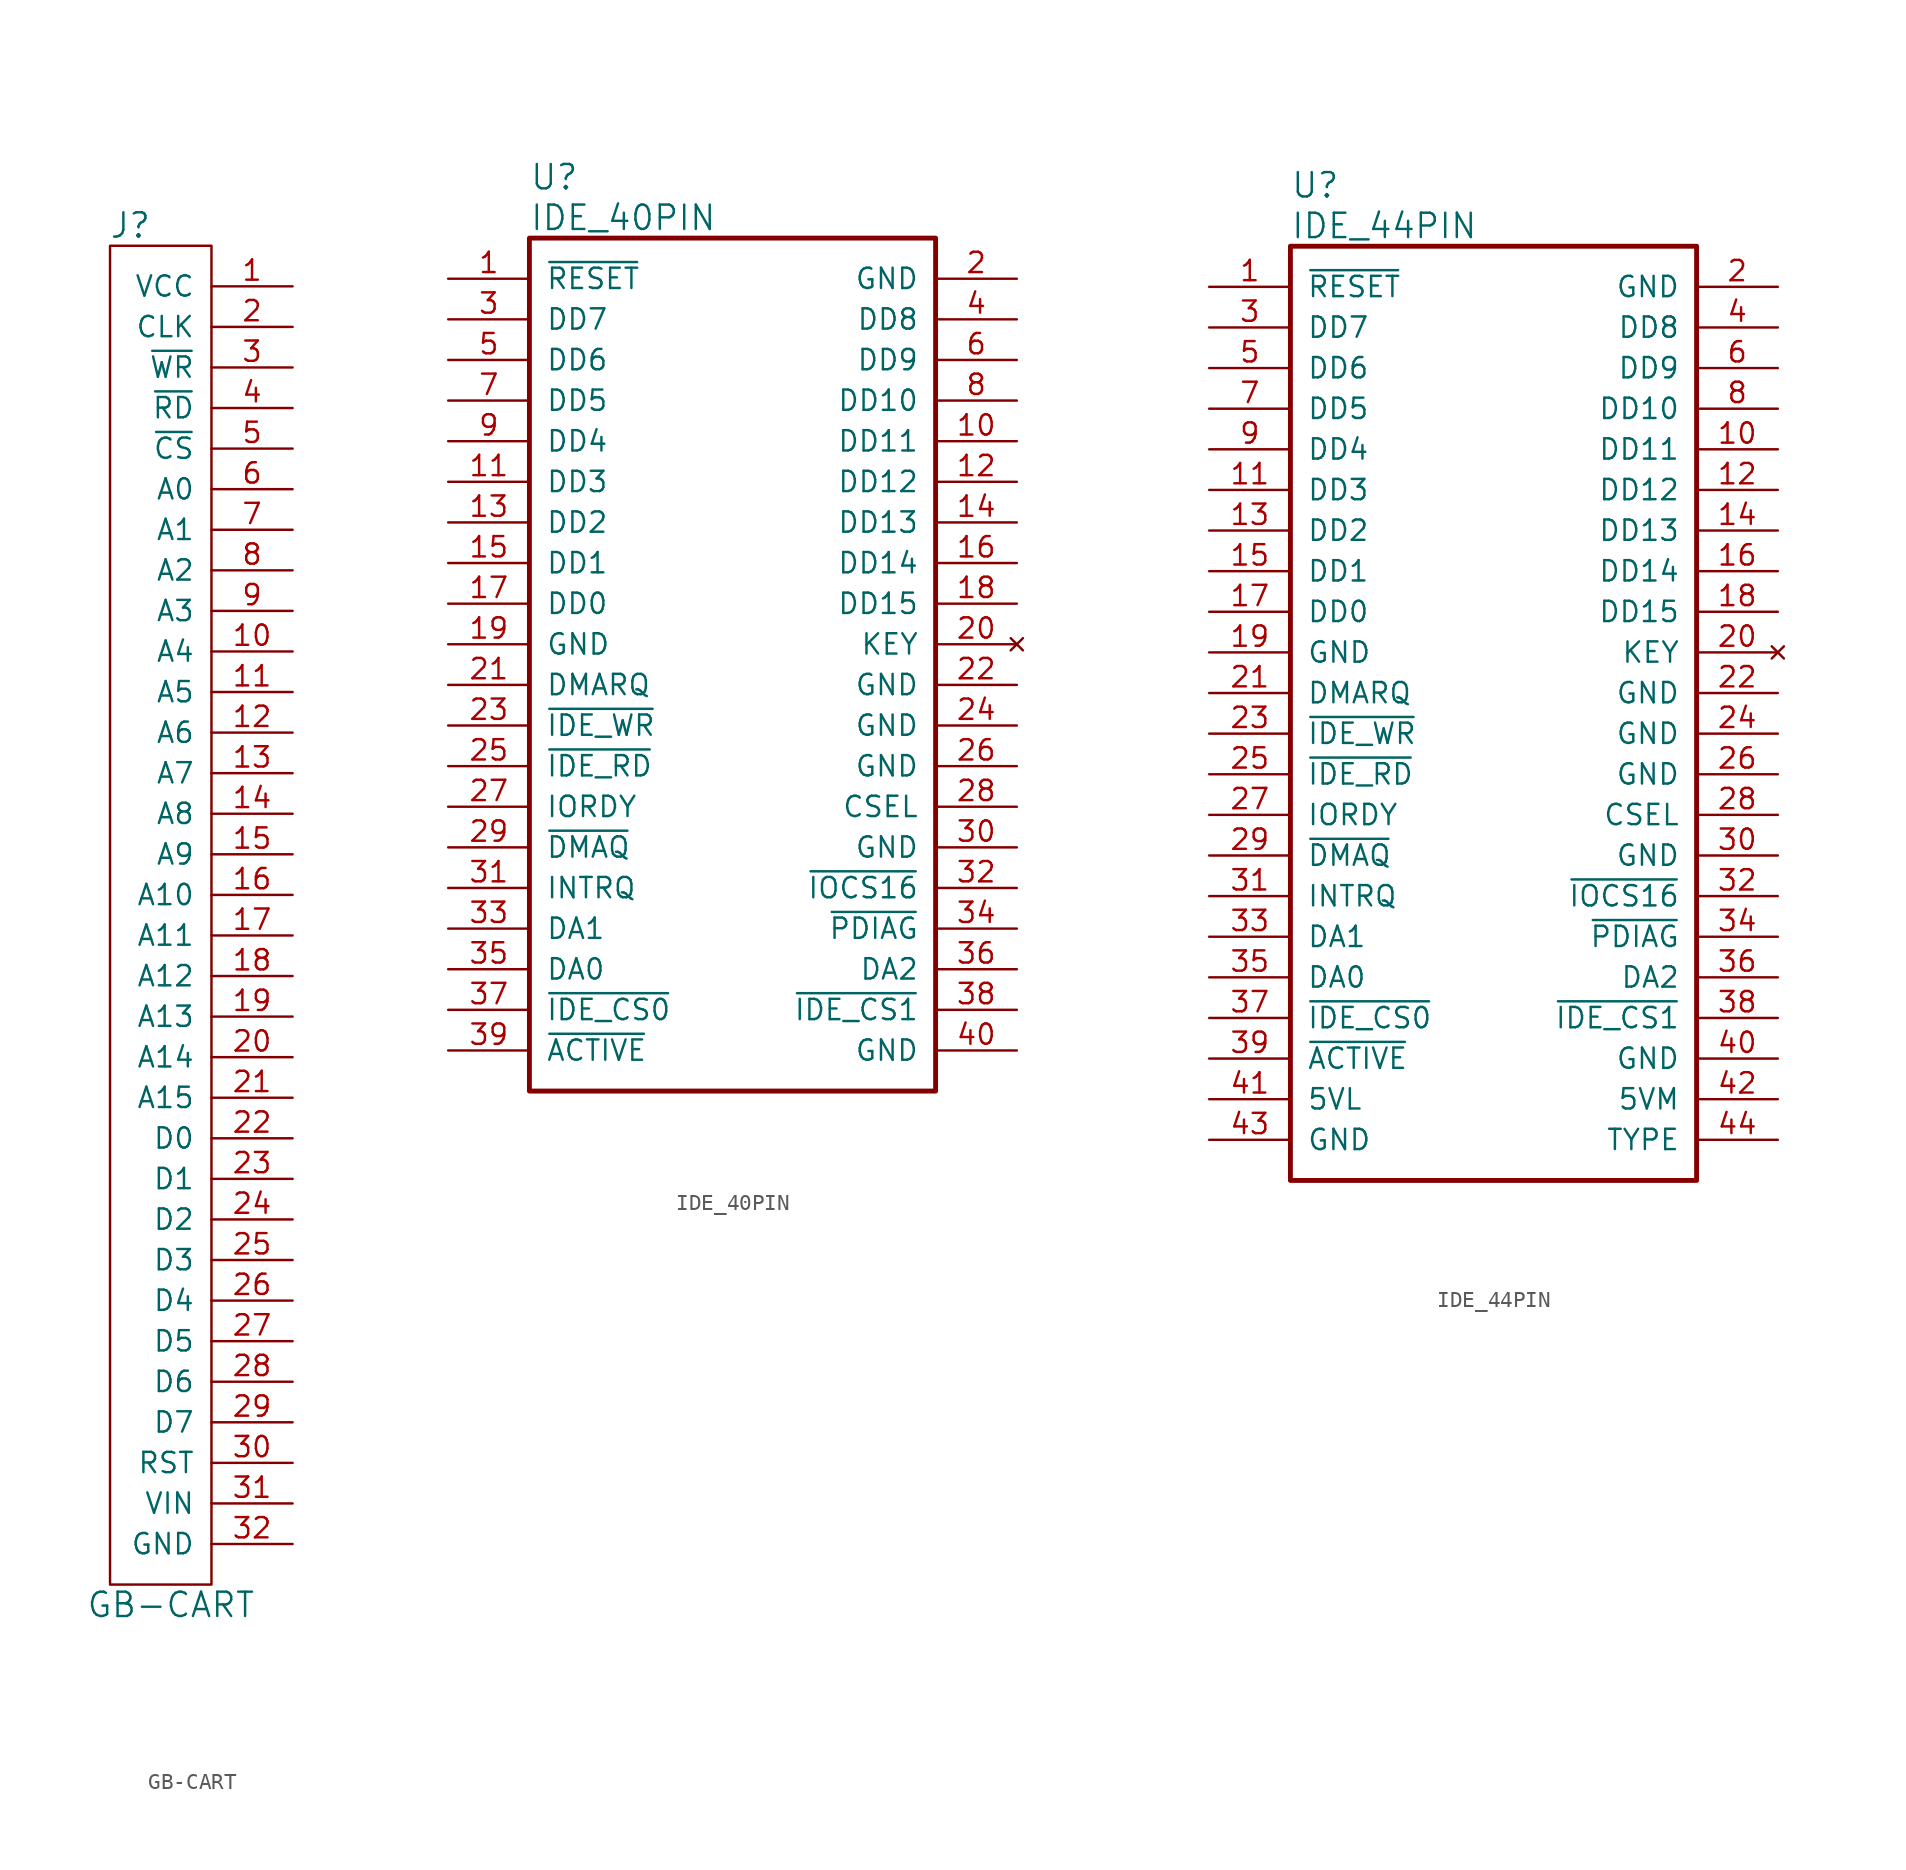
<source format=kicad_sym>
(kicad_symbol_lib
  (version 20241209)
  (generator "kicad_symbol_editor")
  (generator_version "9.0")
  (symbol "GB-CART"
    (pin_names
      (offset 1.016))
    (property "Reference" "J"
      (at -2.54 43.18 0)
      (effects (font (size 1.524 1.524))))
    (property "Value" "GB-CART"
      (at 0 -43.18 0)
      (effects (font (size 1.524 1.524))))
    (property "Footprint" ""
      (at 0 0 0)
      (effects (font (size 1.524 1.524))))
    (property "Datasheet" ""
      (at 0 0 0)
      (effects (font (size 1.524 1.524))))
    (symbol "GB-CART_0_1"
      (rectangle (start -3.81 41.91) (end 2.54 -41.91) (stroke (width 0) (type default)) (fill (type none))))
    (symbol "GB-CART_1_1"
      (pin power_out line (at 7.62 39.37 180) (length 5.08) (name "VCC" (effects (font (size 1.27 1.27)))) (number "1" (effects (font (size 1.27 1.27)))))
      (pin output line (at 7.62 36.83 180) (length 5.08) (name "CLK" (effects (font (size 1.27 1.27)))) (number "2" (effects (font (size 1.27 1.27)))))
      (pin output line (at 7.62 34.29 180) (length 5.08) (name "~{WR}" (effects (font (size 1.27 1.27)))) (number "3" (effects (font (size 1.27 1.27)))))
      (pin output line (at 7.62 31.75 180) (length 5.08) (name "~{RD}" (effects (font (size 1.27 1.27)))) (number "4" (effects (font (size 1.27 1.27)))))
      (pin output line (at 7.62 29.21 180) (length 5.08) (name "~{CS}" (effects (font (size 1.27 1.27)))) (number "5" (effects (font (size 1.27 1.27)))))
      (pin output line (at 7.62 26.67 180) (length 5.08) (name "A0" (effects (font (size 1.27 1.27)))) (number "6" (effects (font (size 1.27 1.27)))))
      (pin output line (at 7.62 24.13 180) (length 5.08) (name "A1" (effects (font (size 1.27 1.27)))) (number "7" (effects (font (size 1.27 1.27)))))
      (pin output line (at 7.62 21.59 180) (length 5.08) (name "A2" (effects (font (size 1.27 1.27)))) (number "8" (effects (font (size 1.27 1.27)))))
      (pin output line (at 7.62 19.05 180) (length 5.08) (name "A3" (effects (font (size 1.27 1.27)))) (number "9" (effects (font (size 1.27 1.27)))))
      (pin output line (at 7.62 16.51 180) (length 5.08) (name "A4" (effects (font (size 1.27 1.27)))) (number "10" (effects (font (size 1.27 1.27)))))
      (pin output line (at 7.62 13.97 180) (length 5.08) (name "A5" (effects (font (size 1.27 1.27)))) (number "11" (effects (font (size 1.27 1.27)))))
      (pin output line (at 7.62 11.43 180) (length 5.08) (name "A6" (effects (font (size 1.27 1.27)))) (number "12" (effects (font (size 1.27 1.27)))))
      (pin output line (at 7.62 8.89 180) (length 5.08) (name "A7" (effects (font (size 1.27 1.27)))) (number "13" (effects (font (size 1.27 1.27)))))
      (pin output line (at 7.62 6.35 180) (length 5.08) (name "A8" (effects (font (size 1.27 1.27)))) (number "14" (effects (font (size 1.27 1.27)))))
      (pin output line (at 7.62 3.81 180) (length 5.08) (name "A9" (effects (font (size 1.27 1.27)))) (number "15" (effects (font (size 1.27 1.27)))))
      (pin output line (at 7.62 1.27 180) (length 5.08) (name "A10" (effects (font (size 1.27 1.27)))) (number "16" (effects (font (size 1.27 1.27)))))
      (pin output line (at 7.62 -1.27 180) (length 5.08) (name "A11" (effects (font (size 1.27 1.27)))) (number "17" (effects (font (size 1.27 1.27)))))
      (pin output line (at 7.62 -3.81 180) (length 5.08) (name "A12" (effects (font (size 1.27 1.27)))) (number "18" (effects (font (size 1.27 1.27)))))
      (pin output line (at 7.62 -6.35 180) (length 5.08) (name "A13" (effects (font (size 1.27 1.27)))) (number "19" (effects (font (size 1.27 1.27)))))
      (pin output line (at 7.62 -8.89 180) (length 5.08) (name "A14" (effects (font (size 1.27 1.27)))) (number "20" (effects (font (size 1.27 1.27)))))
      (pin output line (at 7.62 -11.43 180) (length 5.08) (name "A15" (effects (font (size 1.27 1.27)))) (number "21" (effects (font (size 1.27 1.27)))))
      (pin tri_state line (at 7.62 -13.97 180) (length 5.08) (name "D0" (effects (font (size 1.27 1.27)))) (number "22" (effects (font (size 1.27 1.27)))))
      (pin tri_state line (at 7.62 -16.51 180) (length 5.08) (name "D1" (effects (font (size 1.27 1.27)))) (number "23" (effects (font (size 1.27 1.27)))))
      (pin tri_state line (at 7.62 -19.05 180) (length 5.08) (name "D2" (effects (font (size 1.27 1.27)))) (number "24" (effects (font (size 1.27 1.27)))))
      (pin tri_state line (at 7.62 -21.59 180) (length 5.08) (name "D3" (effects (font (size 1.27 1.27)))) (number "25" (effects (font (size 1.27 1.27)))))
      (pin tri_state line (at 7.62 -24.13 180) (length 5.08) (name "D4" (effects (font (size 1.27 1.27)))) (number "26" (effects (font (size 1.27 1.27)))))
      (pin tri_state line (at 7.62 -26.67 180) (length 5.08) (name "D5" (effects (font (size 1.27 1.27)))) (number "27" (effects (font (size 1.27 1.27)))))
      (pin tri_state line (at 7.62 -29.21 180) (length 5.08) (name "D6" (effects (font (size 1.27 1.27)))) (number "28" (effects (font (size 1.27 1.27)))))
      (pin tri_state line (at 7.62 -31.75 180) (length 5.08) (name "D7" (effects (font (size 1.27 1.27)))) (number "29" (effects (font (size 1.27 1.27)))))
      (pin output line (at 7.62 -34.29 180) (length 5.08) (name "RST" (effects (font (size 1.27 1.27)))) (number "30" (effects (font (size 1.27 1.27)))))
      (pin input line (at 7.62 -36.83 180) (length 5.08) (name "VIN" (effects (font (size 1.27 1.27)))) (number "31" (effects (font (size 1.27 1.27)))))
      (pin power_out line (at 7.62 -39.37 180) (length 5.08) (name "GND" (effects (font (size 1.27 1.27)))) (number "32" (effects (font (size 1.27 1.27)))))))
  (symbol "IDE_40PIN"
    (pin_names
      (offset 1.016))
    (property "Reference" "U"
      (at 5.08 6.35 0)
      (effects (font (size 1.524 1.524)) (justify left)))
    (property "Value" "IDE_40PIN"
      (at 5.08 3.81 0)
      (effects (font (size 1.524 1.524)) (justify left)))
    (property "Footprint" ""
      (at 0 0 0)
      (effects (font (size 1.524 1.524))))
    (property "Datasheet" ""
      (at 0 0 0)
      (effects (font (size 1.524 1.524))))
    (property "ki_locked" ""
      (at 0 0 0)
      (effects (font (size 1.27 1.27))))
    (symbol "IDE_40PIN_1_1"
      (rectangle (start 5.08 2.54) (end 30.48 -50.8) (stroke (width 0.305) (type default)) (fill (type none)))
      (pin input line (at 0 0 0) (length 5.08) (name "~{RESET}" (effects (font (size 1.27 1.27)))) (number "1" (effects (font (size 1.27 1.27)))))
      (pin bidirectional line (at 0 -2.54 0) (length 5.08) (name "DD7" (effects (font (size 1.27 1.27)))) (number "3" (effects (font (size 1.27 1.27)))))
      (pin bidirectional line (at 0 -5.08 0) (length 5.08) (name "DD6" (effects (font (size 1.27 1.27)))) (number "5" (effects (font (size 1.27 1.27)))))
      (pin bidirectional line (at 0 -7.62 0) (length 5.08) (name "DD5" (effects (font (size 1.27 1.27)))) (number "7" (effects (font (size 1.27 1.27)))))
      (pin bidirectional line (at 0 -10.16 0) (length 5.08) (name "DD4" (effects (font (size 1.27 1.27)))) (number "9" (effects (font (size 1.27 1.27)))))
      (pin bidirectional line (at 0 -12.7 0) (length 5.08) (name "DD3" (effects (font (size 1.27 1.27)))) (number "11" (effects (font (size 1.27 1.27)))))
      (pin bidirectional line (at 0 -15.24 0) (length 5.08) (name "DD2" (effects (font (size 1.27 1.27)))) (number "13" (effects (font (size 1.27 1.27)))))
      (pin bidirectional line (at 0 -17.78 0) (length 5.08) (name "DD1" (effects (font (size 1.27 1.27)))) (number "15" (effects (font (size 1.27 1.27)))))
      (pin bidirectional line (at 0 -20.32 0) (length 5.08) (name "DD0" (effects (font (size 1.27 1.27)))) (number "17" (effects (font (size 1.27 1.27)))))
      (pin power_in line (at 0 -22.86 0) (length 5.08) (name "GND" (effects (font (size 1.27 1.27)))) (number "19" (effects (font (size 1.27 1.27)))))
      (pin output line (at 0 -25.4 0) (length 5.08) (name "DMARQ" (effects (font (size 1.27 1.27)))) (number "21" (effects (font (size 1.27 1.27)))))
      (pin input line (at 0 -27.94 0) (length 5.08) (name "~{IDE_WR}" (effects (font (size 1.27 1.27)))) (number "23" (effects (font (size 1.27 1.27)))))
      (pin input line (at 0 -30.48 0) (length 5.08) (name "~{IDE_RD}" (effects (font (size 1.27 1.27)))) (number "25" (effects (font (size 1.27 1.27)))))
      (pin output line (at 0 -33.02 0) (length 5.08) (name "IORDY" (effects (font (size 1.27 1.27)))) (number "27" (effects (font (size 1.27 1.27)))))
      (pin input line (at 0 -35.56 0) (length 5.08) (name "~{DMAQ}" (effects (font (size 1.27 1.27)))) (number "29" (effects (font (size 1.27 1.27)))))
      (pin output line (at 0 -38.1 0) (length 5.08) (name "INTRQ" (effects (font (size 1.27 1.27)))) (number "31" (effects (font (size 1.27 1.27)))))
      (pin input line (at 0 -40.64 0) (length 5.08) (name "DA1" (effects (font (size 1.27 1.27)))) (number "33" (effects (font (size 1.27 1.27)))))
      (pin input line (at 0 -43.18 0) (length 5.08) (name "DA0" (effects (font (size 1.27 1.27)))) (number "35" (effects (font (size 1.27 1.27)))))
      (pin input line (at 0 -45.72 0) (length 5.08) (name "~{IDE_CS0}" (effects (font (size 1.27 1.27)))) (number "37" (effects (font (size 1.27 1.27)))))
      (pin output line (at 0 -48.26 0) (length 5.08) (name "~{ACTIVE}" (effects (font (size 1.27 1.27)))) (number "39" (effects (font (size 1.27 1.27)))))
      (pin power_in line (at 35.56 0 180) (length 5.08) (name "GND" (effects (font (size 1.27 1.27)))) (number "2" (effects (font (size 1.27 1.27)))))
      (pin bidirectional line (at 35.56 -2.54 180) (length 5.08) (name "DD8" (effects (font (size 1.27 1.27)))) (number "4" (effects (font (size 1.27 1.27)))))
      (pin bidirectional line (at 35.56 -5.08 180) (length 5.08) (name "DD9" (effects (font (size 1.27 1.27)))) (number "6" (effects (font (size 1.27 1.27)))))
      (pin bidirectional line (at 35.56 -7.62 180) (length 5.08) (name "DD10" (effects (font (size 1.27 1.27)))) (number "8" (effects (font (size 1.27 1.27)))))
      (pin bidirectional line (at 35.56 -10.16 180) (length 5.08) (name "DD11" (effects (font (size 1.27 1.27)))) (number "10" (effects (font (size 1.27 1.27)))))
      (pin bidirectional line (at 35.56 -12.7 180) (length 5.08) (name "DD12" (effects (font (size 1.27 1.27)))) (number "12" (effects (font (size 1.27 1.27)))))
      (pin bidirectional line (at 35.56 -15.24 180) (length 5.08) (name "DD13" (effects (font (size 1.27 1.27)))) (number "14" (effects (font (size 1.27 1.27)))))
      (pin bidirectional line (at 35.56 -17.78 180) (length 5.08) (name "DD14" (effects (font (size 1.27 1.27)))) (number "16" (effects (font (size 1.27 1.27)))))
      (pin bidirectional line (at 35.56 -20.32 180) (length 5.08) (name "DD15" (effects (font (size 1.27 1.27)))) (number "18" (effects (font (size 1.27 1.27)))))
      (pin no_connect line (at 35.56 -22.86 180) (length 5.08) (name "KEY" (effects (font (size 1.27 1.27)))) (number "20" (effects (font (size 1.27 1.27)))))
      (pin power_in line (at 35.56 -25.4 180) (length 5.08) (name "GND" (effects (font (size 1.27 1.27)))) (number "22" (effects (font (size 1.27 1.27)))))
      (pin power_in line (at 35.56 -27.94 180) (length 5.08) (name "GND" (effects (font (size 1.27 1.27)))) (number "24" (effects (font (size 1.27 1.27)))))
      (pin power_in line (at 35.56 -30.48 180) (length 5.08) (name "GND" (effects (font (size 1.27 1.27)))) (number "26" (effects (font (size 1.27 1.27)))))
      (pin input line (at 35.56 -33.02 180) (length 5.08) (name "CSEL" (effects (font (size 1.27 1.27)))) (number "28" (effects (font (size 1.27 1.27)))))
      (pin power_in line (at 35.56 -35.56 180) (length 5.08) (name "GND" (effects (font (size 1.27 1.27)))) (number "30" (effects (font (size 1.27 1.27)))))
      (pin output line (at 35.56 -38.1 180) (length 5.08) (name "~{IOCS16}" (effects (font (size 1.27 1.27)))) (number "32" (effects (font (size 1.27 1.27)))))
      (pin input line (at 35.56 -40.64 180) (length 5.08) (name "~{PDIAG}" (effects (font (size 1.27 1.27)))) (number "34" (effects (font (size 1.27 1.27)))))
      (pin input line (at 35.56 -43.18 180) (length 5.08) (name "DA2" (effects (font (size 1.27 1.27)))) (number "36" (effects (font (size 1.27 1.27)))))
      (pin input line (at 35.56 -45.72 180) (length 5.08) (name "~{IDE_CS1}" (effects (font (size 1.27 1.27)))) (number "38" (effects (font (size 1.27 1.27)))))
      (pin power_in line (at 35.56 -48.26 180) (length 5.08) (name "GND" (effects (font (size 1.27 1.27)))) (number "40" (effects (font (size 1.27 1.27)))))))
  (symbol "IDE_44PIN"
    (pin_names
      (offset 1.016))
    (property "Reference" "U"
      (at 5.08 6.35 0)
      (effects (font (size 1.524 1.524)) (justify left)))
    (property "Value" "IDE_44PIN"
      (at 5.08 3.81 0)
      (effects (font (size 1.524 1.524)) (justify left)))
    (property "Footprint" ""
      (at 0 0 0)
      (effects (font (size 1.524 1.524))))
    (property "Datasheet" ""
      (at 0 0 0)
      (effects (font (size 1.524 1.524))))
    (property "ki_locked" ""
      (at 0 0 0)
      (effects (font (size 1.27 1.27))))
    (symbol "IDE_44PIN_1_1"
      (rectangle (start 5.08 2.54) (end 30.48 -55.88) (stroke (width 0.305) (type default)) (fill (type none)))
      (pin input line (at 0 0 0) (length 5.08) (name "~{RESET}" (effects (font (size 1.27 1.27)))) (number "1" (effects (font (size 1.27 1.27)))))
      (pin bidirectional line (at 0 -2.54 0) (length 5.08) (name "DD7" (effects (font (size 1.27 1.27)))) (number "3" (effects (font (size 1.27 1.27)))))
      (pin bidirectional line (at 0 -5.08 0) (length 5.08) (name "DD6" (effects (font (size 1.27 1.27)))) (number "5" (effects (font (size 1.27 1.27)))))
      (pin bidirectional line (at 0 -7.62 0) (length 5.08) (name "DD5" (effects (font (size 1.27 1.27)))) (number "7" (effects (font (size 1.27 1.27)))))
      (pin bidirectional line (at 0 -10.16 0) (length 5.08) (name "DD4" (effects (font (size 1.27 1.27)))) (number "9" (effects (font (size 1.27 1.27)))))
      (pin bidirectional line (at 0 -12.7 0) (length 5.08) (name "DD3" (effects (font (size 1.27 1.27)))) (number "11" (effects (font (size 1.27 1.27)))))
      (pin bidirectional line (at 0 -15.24 0) (length 5.08) (name "DD2" (effects (font (size 1.27 1.27)))) (number "13" (effects (font (size 1.27 1.27)))))
      (pin bidirectional line (at 0 -17.78 0) (length 5.08) (name "DD1" (effects (font (size 1.27 1.27)))) (number "15" (effects (font (size 1.27 1.27)))))
      (pin bidirectional line (at 0 -20.32 0) (length 5.08) (name "DD0" (effects (font (size 1.27 1.27)))) (number "17" (effects (font (size 1.27 1.27)))))
      (pin power_in line (at 0 -22.86 0) (length 5.08) (name "GND" (effects (font (size 1.27 1.27)))) (number "19" (effects (font (size 1.27 1.27)))))
      (pin output line (at 0 -25.4 0) (length 5.08) (name "DMARQ" (effects (font (size 1.27 1.27)))) (number "21" (effects (font (size 1.27 1.27)))))
      (pin input line (at 0 -27.94 0) (length 5.08) (name "~{IDE_WR}" (effects (font (size 1.27 1.27)))) (number "23" (effects (font (size 1.27 1.27)))))
      (pin input line (at 0 -30.48 0) (length 5.08) (name "~{IDE_RD}" (effects (font (size 1.27 1.27)))) (number "25" (effects (font (size 1.27 1.27)))))
      (pin output line (at 0 -33.02 0) (length 5.08) (name "IORDY" (effects (font (size 1.27 1.27)))) (number "27" (effects (font (size 1.27 1.27)))))
      (pin input line (at 0 -35.56 0) (length 5.08) (name "~{DMAQ}" (effects (font (size 1.27 1.27)))) (number "29" (effects (font (size 1.27 1.27)))))
      (pin output line (at 0 -38.1 0) (length 5.08) (name "INTRQ" (effects (font (size 1.27 1.27)))) (number "31" (effects (font (size 1.27 1.27)))))
      (pin input line (at 0 -40.64 0) (length 5.08) (name "DA1" (effects (font (size 1.27 1.27)))) (number "33" (effects (font (size 1.27 1.27)))))
      (pin input line (at 0 -43.18 0) (length 5.08) (name "DA0" (effects (font (size 1.27 1.27)))) (number "35" (effects (font (size 1.27 1.27)))))
      (pin input line (at 0 -45.72 0) (length 5.08) (name "~{IDE_CS0}" (effects (font (size 1.27 1.27)))) (number "37" (effects (font (size 1.27 1.27)))))
      (pin output line (at 0 -48.26 0) (length 5.08) (name "~{ACTIVE}" (effects (font (size 1.27 1.27)))) (number "39" (effects (font (size 1.27 1.27)))))
      (pin power_in line (at 0 -50.8 0) (length 5.08) (name "5VL" (effects (font (size 1.27 1.27)))) (number "41" (effects (font (size 1.27 1.27)))))
      (pin power_in line (at 0 -53.34 0) (length 5.08) (name "GND" (effects (font (size 1.27 1.27)))) (number "43" (effects (font (size 1.27 1.27)))))
      (pin power_in line (at 35.56 0 180) (length 5.08) (name "GND" (effects (font (size 1.27 1.27)))) (number "2" (effects (font (size 1.27 1.27)))))
      (pin bidirectional line (at 35.56 -2.54 180) (length 5.08) (name "DD8" (effects (font (size 1.27 1.27)))) (number "4" (effects (font (size 1.27 1.27)))))
      (pin bidirectional line (at 35.56 -5.08 180) (length 5.08) (name "DD9" (effects (font (size 1.27 1.27)))) (number "6" (effects (font (size 1.27 1.27)))))
      (pin bidirectional line (at 35.56 -7.62 180) (length 5.08) (name "DD10" (effects (font (size 1.27 1.27)))) (number "8" (effects (font (size 1.27 1.27)))))
      (pin bidirectional line (at 35.56 -10.16 180) (length 5.08) (name "DD11" (effects (font (size 1.27 1.27)))) (number "10" (effects (font (size 1.27 1.27)))))
      (pin bidirectional line (at 35.56 -12.7 180) (length 5.08) (name "DD12" (effects (font (size 1.27 1.27)))) (number "12" (effects (font (size 1.27 1.27)))))
      (pin bidirectional line (at 35.56 -15.24 180) (length 5.08) (name "DD13" (effects (font (size 1.27 1.27)))) (number "14" (effects (font (size 1.27 1.27)))))
      (pin bidirectional line (at 35.56 -17.78 180) (length 5.08) (name "DD14" (effects (font (size 1.27 1.27)))) (number "16" (effects (font (size 1.27 1.27)))))
      (pin bidirectional line (at 35.56 -20.32 180) (length 5.08) (name "DD15" (effects (font (size 1.27 1.27)))) (number "18" (effects (font (size 1.27 1.27)))))
      (pin no_connect line (at 35.56 -22.86 180) (length 5.08) (name "KEY" (effects (font (size 1.27 1.27)))) (number "20" (effects (font (size 1.27 1.27)))))
      (pin power_in line (at 35.56 -25.4 180) (length 5.08) (name "GND" (effects (font (size 1.27 1.27)))) (number "22" (effects (font (size 1.27 1.27)))))
      (pin power_in line (at 35.56 -27.94 180) (length 5.08) (name "GND" (effects (font (size 1.27 1.27)))) (number "24" (effects (font (size 1.27 1.27)))))
      (pin power_in line (at 35.56 -30.48 180) (length 5.08) (name "GND" (effects (font (size 1.27 1.27)))) (number "26" (effects (font (size 1.27 1.27)))))
      (pin input line (at 35.56 -33.02 180) (length 5.08) (name "CSEL" (effects (font (size 1.27 1.27)))) (number "28" (effects (font (size 1.27 1.27)))))
      (pin power_in line (at 35.56 -35.56 180) (length 5.08) (name "GND" (effects (font (size 1.27 1.27)))) (number "30" (effects (font (size 1.27 1.27)))))
      (pin output line (at 35.56 -38.1 180) (length 5.08) (name "~{IOCS16}" (effects (font (size 1.27 1.27)))) (number "32" (effects (font (size 1.27 1.27)))))
      (pin input line (at 35.56 -40.64 180) (length 5.08) (name "~{PDIAG}" (effects (font (size 1.27 1.27)))) (number "34" (effects (font (size 1.27 1.27)))))
      (pin input line (at 35.56 -43.18 180) (length 5.08) (name "DA2" (effects (font (size 1.27 1.27)))) (number "36" (effects (font (size 1.27 1.27)))))
      (pin input line (at 35.56 -45.72 180) (length 5.08) (name "~{IDE_CS1}" (effects (font (size 1.27 1.27)))) (number "38" (effects (font (size 1.27 1.27)))))
      (pin power_in line (at 35.56 -48.26 180) (length 5.08) (name "GND" (effects (font (size 1.27 1.27)))) (number "40" (effects (font (size 1.27 1.27)))))
      (pin power_in line (at 35.56 -50.8 180) (length 5.08) (name "5VM" (effects (font (size 1.27 1.27)))) (number "42" (effects (font (size 1.27 1.27)))))
      (pin input line (at 35.56 -53.34 180) (length 5.08) (name "TYPE" (effects (font (size 1.27 1.27)))) (number "44" (effects (font (size 1.27 1.27))))))))
</source>
